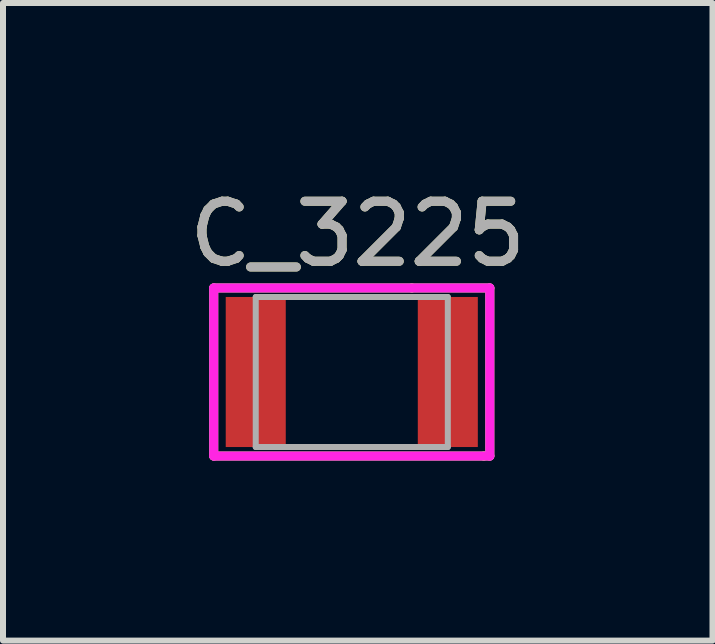
<source format=kicad_pcb>
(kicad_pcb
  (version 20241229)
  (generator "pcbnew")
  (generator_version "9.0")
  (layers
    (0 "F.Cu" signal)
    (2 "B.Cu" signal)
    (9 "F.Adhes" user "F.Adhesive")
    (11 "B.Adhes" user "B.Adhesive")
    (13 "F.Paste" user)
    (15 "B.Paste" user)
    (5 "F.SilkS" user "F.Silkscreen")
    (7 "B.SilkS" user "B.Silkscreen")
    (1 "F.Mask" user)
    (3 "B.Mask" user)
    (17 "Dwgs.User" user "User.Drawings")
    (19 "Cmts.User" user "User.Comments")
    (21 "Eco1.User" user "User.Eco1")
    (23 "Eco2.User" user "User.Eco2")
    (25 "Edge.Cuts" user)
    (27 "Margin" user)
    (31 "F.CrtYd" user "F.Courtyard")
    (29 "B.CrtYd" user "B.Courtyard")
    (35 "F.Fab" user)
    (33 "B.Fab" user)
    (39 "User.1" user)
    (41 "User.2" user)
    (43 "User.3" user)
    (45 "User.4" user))
  (footprint "C_3225"
    (layer "F.Cu")
    (at 2.811 3.148)
    (property "Reference" "C_3225" (at 0.1 -2.3 0) (layer "F.SilkS") (effects (font (size 1 1) (thickness 0.15))))
    (attr smd)
    (fp_line (start -2.3 -1.4) (end -2.3 1.4) (stroke (width 0.15) (type solid)) (layer "F.SilkS"))
    (fp_line (start -2.3 1.4) (end 2.2 1.4) (stroke (width 0.15) (type solid)) (layer "F.SilkS"))
    (fp_line (start 1 -1.4) (end -2.3 -1.4) (stroke (width 0.15) (type solid)) (layer "F.SilkS"))
    (fp_line (start 2.2 1.4) (end 2.3 1.4) (stroke (width 0.15) (type solid)) (layer "F.SilkS"))
    (fp_line (start 2.3 -1.4) (end 1 -1.4) (stroke (width 0.15) (type solid)) (layer "F.SilkS"))
    (fp_line (start 2.3 1.4) (end 2.3 -1.4) (stroke (width 0.15) (type solid)) (layer "F.SilkS"))
    (fp_line (start -2.3 -1.4) (end -2.3 1.4) (stroke (width 0.15) (type solid)) (layer "F.CrtYd"))
    (fp_line (start -2.3 1.4) (end 2.3 1.4) (stroke (width 0.15) (type solid)) (layer "F.CrtYd"))
    (fp_line (start 2.3 -1.4) (end -2.3 -1.4) (stroke (width 0.15) (type solid)) (layer "F.CrtYd"))
    (fp_line (start 2.3 1.4) (end 2.3 -1.4) (stroke (width 0.15) (type solid)) (layer "F.CrtYd"))
    (fp_line (start -1.6 -1.25) (end 1.6 -1.25) (stroke (width 0.1) (type solid)) (layer "F.Fab"))
    (fp_line (start -1.6 1.25) (end -1.6 -1.25) (stroke (width 0.1) (type solid)) (layer "F.Fab"))
    (fp_line (start 1.6 -1.25) (end 1.6 1.25) (stroke (width 0.1) (type solid)) (layer "F.Fab"))
    (fp_line (start 1.6 1.25) (end -1.6 1.25) (stroke (width 0.1) (type solid)) (layer "F.Fab"))
    (fp_text user "${REFERENCE}" (at 0.1 -2.3 0) (layer "F.Fab") (effects (font (size 1 1) (thickness 0.15))))
    (pad "1" smd rect (at -1.6 0) (size 1 2.5) (layers "F.Cu" "F.Mask" "F.Paste"))
    (pad "2" smd rect (at 1.6 0) (size 1 2.5) (layers "F.Cu" "F.Mask" "F.Paste")))
  (gr_rect
    (start -3 -3)
    (end 8.821 7.623)
    (stroke (width 0.1) (type default))
    (fill no)
    (layer "Edge.Cuts")))
</source>
